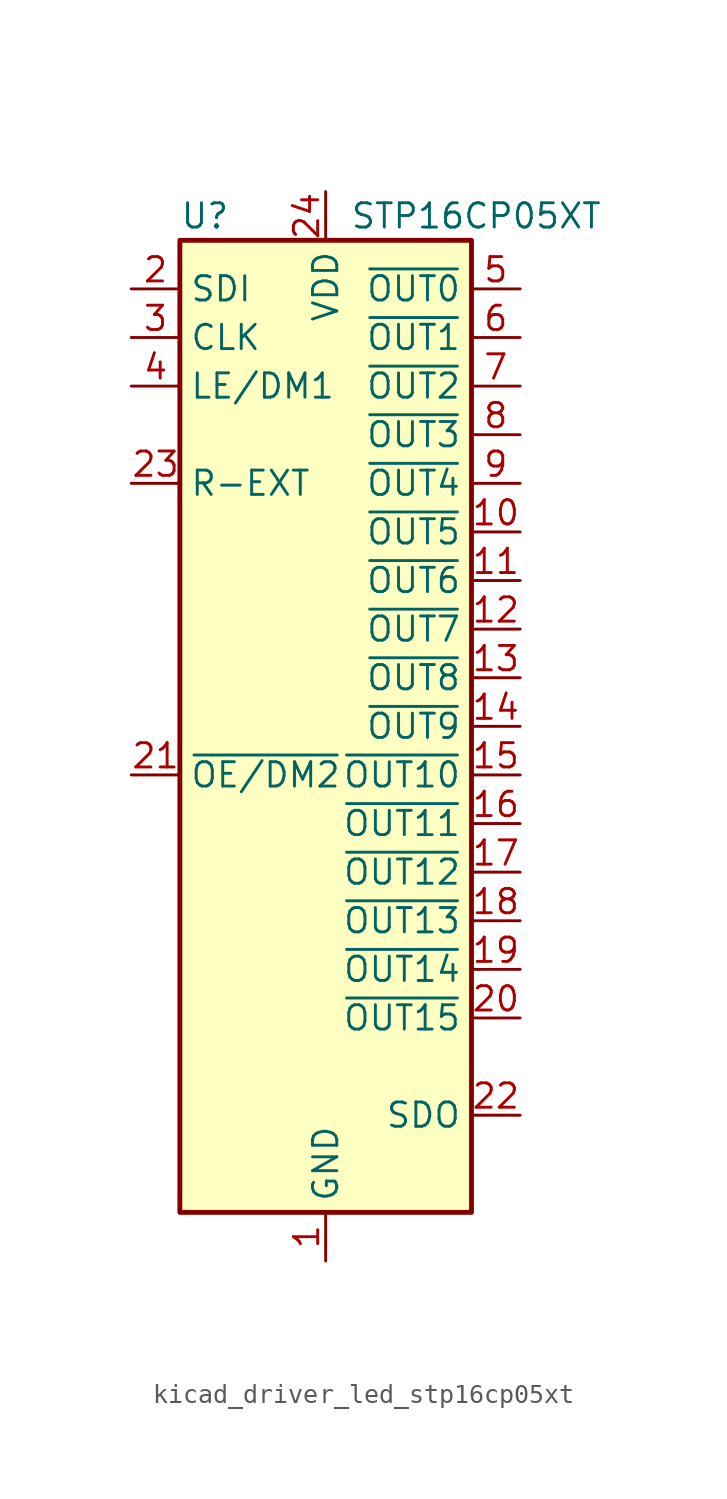
<source format=kicad_sym>
(kicad_symbol_lib
  (version 20220914)
  (generator kicad_symbol_editor)
  (symbol "kicad_driver_led_stp16cp05xt"
    (property "Reference" "U"
      (at -7.62 26.67 0)
      (effects (font (size 1.27 1.27)) (justify left)))
    (property "Value" "STP16CP05XT"
      (at 1.27 26.67 0)
      (effects (font (size 1.27 1.27)) (justify left)))
    (symbol "kicad_driver_led_stp16cp05xt_0_1"
      (rectangle (start -7.62 25.4) (end 7.62 -25.4) (stroke (width 0.254) (type default)) (fill (type background))))
    (symbol "kicad_driver_led_stp16cp05xt_1_1"
      (pin power_in line (at 0 -27.94 90) (length 2.54) (name "GND" (effects (font (size 1.27 1.27)))) (number "1" (effects (font (size 1.27 1.27)))))
      (pin output line (at 10.16 10.16 180) (length 2.54) (name "~{OUT5}" (effects (font (size 1.27 1.27)))) (number "10" (effects (font (size 1.27 1.27)))))
      (pin output line (at 10.16 7.62 180) (length 2.54) (name "~{OUT6}" (effects (font (size 1.27 1.27)))) (number "11" (effects (font (size 1.27 1.27)))))
      (pin output line (at 10.16 5.08 180) (length 2.54) (name "~{OUT7}" (effects (font (size 1.27 1.27)))) (number "12" (effects (font (size 1.27 1.27)))))
      (pin output line (at 10.16 2.54 180) (length 2.54) (name "~{OUT8}" (effects (font (size 1.27 1.27)))) (number "13" (effects (font (size 1.27 1.27)))))
      (pin output line (at 10.16 0 180) (length 2.54) (name "~{OUT9}" (effects (font (size 1.27 1.27)))) (number "14" (effects (font (size 1.27 1.27)))))
      (pin output line (at 10.16 -2.54 180) (length 2.54) (name "~{OUT10}" (effects (font (size 1.27 1.27)))) (number "15" (effects (font (size 1.27 1.27)))))
      (pin output line (at 10.16 -5.08 180) (length 2.54) (name "~{OUT11}" (effects (font (size 1.27 1.27)))) (number "16" (effects (font (size 1.27 1.27)))))
      (pin output line (at 10.16 -7.62 180) (length 2.54) (name "~{OUT12}" (effects (font (size 1.27 1.27)))) (number "17" (effects (font (size 1.27 1.27)))))
      (pin output line (at 10.16 -10.16 180) (length 2.54) (name "~{OUT13}" (effects (font (size 1.27 1.27)))) (number "18" (effects (font (size 1.27 1.27)))))
      (pin output line (at 10.16 -12.7 180) (length 2.54) (name "~{OUT14}" (effects (font (size 1.27 1.27)))) (number "19" (effects (font (size 1.27 1.27)))))
      (pin input line (at -10.16 22.86 0) (length 2.54) (name "SDI" (effects (font (size 1.27 1.27)))) (number "2" (effects (font (size 1.27 1.27)))))
      (pin output line (at 10.16 -15.24 180) (length 2.54) (name "~{OUT15}" (effects (font (size 1.27 1.27)))) (number "20" (effects (font (size 1.27 1.27)))))
      (pin input line (at -10.16 -2.54 0) (length 2.54) (name "~{OE/DM2}" (effects (font (size 1.27 1.27)))) (number "21" (effects (font (size 1.27 1.27)))))
      (pin output line (at 10.16 -20.32 180) (length 2.54) (name "SDO" (effects (font (size 1.27 1.27)))) (number "22" (effects (font (size 1.27 1.27)))))
      (pin passive line (at -10.16 12.7 0) (length 2.54) (name "R-EXT" (effects (font (size 1.27 1.27)))) (number "23" (effects (font (size 1.27 1.27)))))
      (pin power_in line (at 0 27.94 270) (length 2.54) (name "VDD" (effects (font (size 1.27 1.27)))) (number "24" (effects (font (size 1.27 1.27)))))
      (pin passive line (at 0 -27.94 90) (length 2.54) hide (name "GND" (effects (font (size 1.27 1.27)))) (number "25" (effects (font (size 1.27 1.27)))))
      (pin input line (at -10.16 20.32 0) (length 2.54) (name "CLK" (effects (font (size 1.27 1.27)))) (number "3" (effects (font (size 1.27 1.27)))))
      (pin input line (at -10.16 17.78 0) (length 2.54) (name "LE/DM1" (effects (font (size 1.27 1.27)))) (number "4" (effects (font (size 1.27 1.27)))))
      (pin output line (at 10.16 22.86 180) (length 2.54) (name "~{OUT0}" (effects (font (size 1.27 1.27)))) (number "5" (effects (font (size 1.27 1.27)))))
      (pin output line (at 10.16 20.32 180) (length 2.54) (name "~{OUT1}" (effects (font (size 1.27 1.27)))) (number "6" (effects (font (size 1.27 1.27)))))
      (pin output line (at 10.16 17.78 180) (length 2.54) (name "~{OUT2}" (effects (font (size 1.27 1.27)))) (number "7" (effects (font (size 1.27 1.27)))))
      (pin output line (at 10.16 15.24 180) (length 2.54) (name "~{OUT3}" (effects (font (size 1.27 1.27)))) (number "8" (effects (font (size 1.27 1.27)))))
      (pin output line (at 10.16 12.7 180) (length 2.54) (name "~{OUT4}" (effects (font (size 1.27 1.27)))) (number "9" (effects (font (size 1.27 1.27))))))))
</source>
